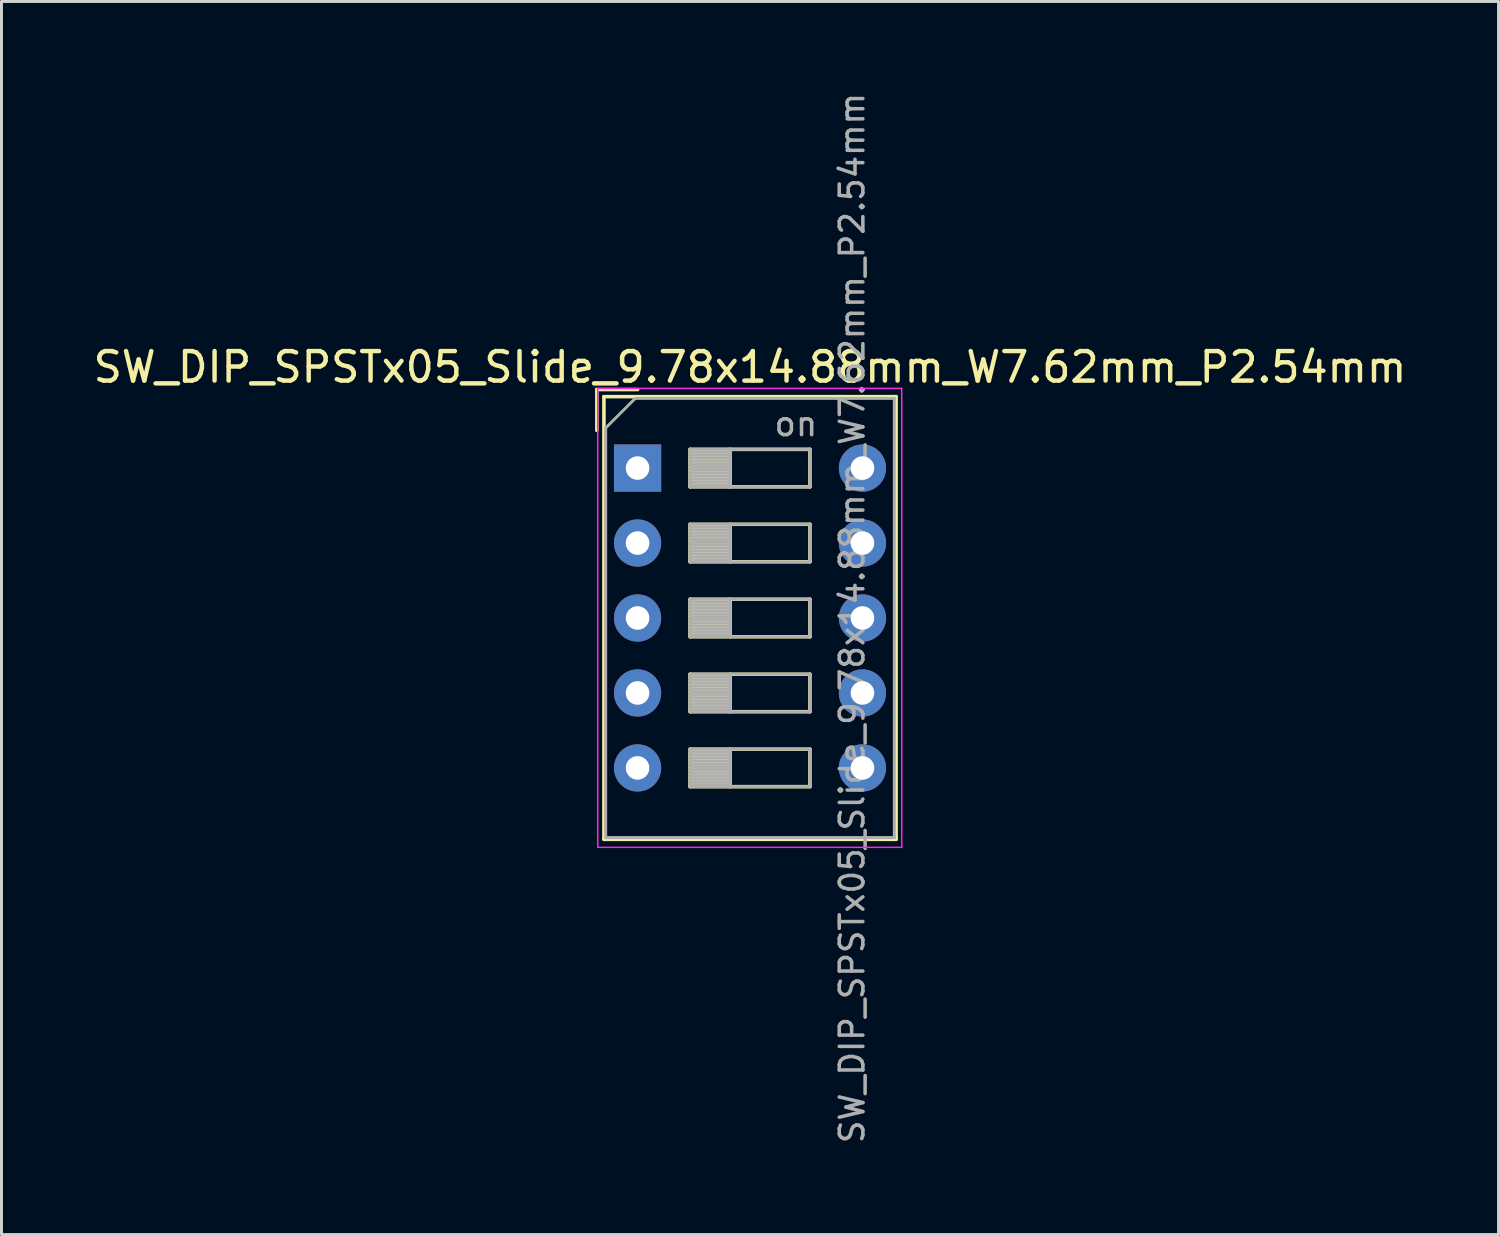
<source format=kicad_pcb>
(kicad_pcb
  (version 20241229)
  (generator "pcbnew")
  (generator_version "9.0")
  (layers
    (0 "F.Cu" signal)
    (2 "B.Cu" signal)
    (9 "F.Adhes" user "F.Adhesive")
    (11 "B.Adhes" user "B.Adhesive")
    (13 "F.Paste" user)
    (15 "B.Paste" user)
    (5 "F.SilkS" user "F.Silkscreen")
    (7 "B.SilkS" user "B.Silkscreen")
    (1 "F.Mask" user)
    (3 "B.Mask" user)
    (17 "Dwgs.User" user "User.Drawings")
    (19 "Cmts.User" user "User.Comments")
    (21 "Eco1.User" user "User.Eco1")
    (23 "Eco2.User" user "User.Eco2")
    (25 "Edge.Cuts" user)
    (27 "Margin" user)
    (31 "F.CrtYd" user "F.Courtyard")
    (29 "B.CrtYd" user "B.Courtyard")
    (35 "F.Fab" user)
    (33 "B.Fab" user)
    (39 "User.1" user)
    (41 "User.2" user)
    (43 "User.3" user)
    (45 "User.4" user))
  (footprint "SW_DIP_SPSTx05_Slide_9.78x14.88mm_W7.62mm_P2.54mm"
    (layer "F.Cu")
    (at 18.553 12.81)
    (property "Reference" "SW_DIP_SPSTx05_Slide_9.78x14.88mm_W7.62mm_P2.54mm" (at 3.81 -3.42 0) (layer "F.SilkS") (effects (font (size 1 1) (thickness 0.15))))
    (attr through_hole)
    (fp_line (start -1.38 -2.66) (end -1.38 -1.277) (stroke (width 0.12) (type solid)) (layer "F.SilkS"))
    (fp_line (start -1.38 -2.66) (end 0.004 -2.66) (stroke (width 0.12) (type solid)) (layer "F.SilkS"))
    (fp_line (start -1.14 -2.42) (end -1.14 12.58) (stroke (width 0.12) (type solid)) (layer "F.SilkS"))
    (fp_line (start -1.14 -2.42) (end 8.76 -2.42) (stroke (width 0.12) (type solid)) (layer "F.SilkS"))
    (fp_line (start -1.14 12.58) (end 8.76 12.58) (stroke (width 0.12) (type solid)) (layer "F.SilkS"))
    (fp_line (start 1.78 -0.635) (end 1.78 0.635) (stroke (width 0.12) (type solid)) (layer "F.SilkS"))
    (fp_line (start 1.78 -0.515) (end 3.133 -0.515) (stroke (width 0.12) (type solid)) (layer "F.SilkS"))
    (fp_line (start 1.78 -0.395) (end 3.133 -0.395) (stroke (width 0.12) (type solid)) (layer "F.SilkS"))
    (fp_line (start 1.78 -0.275) (end 3.133 -0.275) (stroke (width 0.12) (type solid)) (layer "F.SilkS"))
    (fp_line (start 1.78 -0.155) (end 3.133 -0.155) (stroke (width 0.12) (type solid)) (layer "F.SilkS"))
    (fp_line (start 1.78 -0.035) (end 3.133 -0.035) (stroke (width 0.12) (type solid)) (layer "F.SilkS"))
    (fp_line (start 1.78 0.085) (end 3.133 0.085) (stroke (width 0.12) (type solid)) (layer "F.SilkS"))
    (fp_line (start 1.78 0.205) (end 3.133 0.205) (stroke (width 0.12) (type solid)) (layer "F.SilkS"))
    (fp_line (start 1.78 0.325) (end 3.133 0.325) (stroke (width 0.12) (type solid)) (layer "F.SilkS"))
    (fp_line (start 1.78 0.445) (end 3.133 0.445) (stroke (width 0.12) (type solid)) (layer "F.SilkS"))
    (fp_line (start 1.78 0.565) (end 3.133 0.565) (stroke (width 0.12) (type solid)) (layer "F.SilkS"))
    (fp_line (start 1.78 0.635) (end 5.84 0.635) (stroke (width 0.12) (type solid)) (layer "F.SilkS"))
    (fp_line (start 1.78 1.905) (end 1.78 3.175) (stroke (width 0.12) (type solid)) (layer "F.SilkS"))
    (fp_line (start 1.78 2.025) (end 3.133 2.025) (stroke (width 0.12) (type solid)) (layer "F.SilkS"))
    (fp_line (start 1.78 2.145) (end 3.133 2.145) (stroke (width 0.12) (type solid)) (layer "F.SilkS"))
    (fp_line (start 1.78 2.265) (end 3.133 2.265) (stroke (width 0.12) (type solid)) (layer "F.SilkS"))
    (fp_line (start 1.78 2.385) (end 3.133 2.385) (stroke (width 0.12) (type solid)) (layer "F.SilkS"))
    (fp_line (start 1.78 2.505) (end 3.133 2.505) (stroke (width 0.12) (type solid)) (layer "F.SilkS"))
    (fp_line (start 1.78 2.625) (end 3.133 2.625) (stroke (width 0.12) (type solid)) (layer "F.SilkS"))
    (fp_line (start 1.78 2.745) (end 3.133 2.745) (stroke (width 0.12) (type solid)) (layer "F.SilkS"))
    (fp_line (start 1.78 2.865) (end 3.133 2.865) (stroke (width 0.12) (type solid)) (layer "F.SilkS"))
    (fp_line (start 1.78 2.985) (end 3.133 2.985) (stroke (width 0.12) (type solid)) (layer "F.SilkS"))
    (fp_line (start 1.78 3.105) (end 3.133 3.105) (stroke (width 0.12) (type solid)) (layer "F.SilkS"))
    (fp_line (start 1.78 3.175) (end 5.84 3.175) (stroke (width 0.12) (type solid)) (layer "F.SilkS"))
    (fp_line (start 1.78 4.445) (end 1.78 5.715) (stroke (width 0.12) (type solid)) (layer "F.SilkS"))
    (fp_line (start 1.78 4.565) (end 3.133 4.565) (stroke (width 0.12) (type solid)) (layer "F.SilkS"))
    (fp_line (start 1.78 4.685) (end 3.133 4.685) (stroke (width 0.12) (type solid)) (layer "F.SilkS"))
    (fp_line (start 1.78 4.805) (end 3.133 4.805) (stroke (width 0.12) (type solid)) (layer "F.SilkS"))
    (fp_line (start 1.78 4.925) (end 3.133 4.925) (stroke (width 0.12) (type solid)) (layer "F.SilkS"))
    (fp_line (start 1.78 5.045) (end 3.133 5.045) (stroke (width 0.12) (type solid)) (layer "F.SilkS"))
    (fp_line (start 1.78 5.165) (end 3.133 5.165) (stroke (width 0.12) (type solid)) (layer "F.SilkS"))
    (fp_line (start 1.78 5.285) (end 3.133 5.285) (stroke (width 0.12) (type solid)) (layer "F.SilkS"))
    (fp_line (start 1.78 5.405) (end 3.133 5.405) (stroke (width 0.12) (type solid)) (layer "F.SilkS"))
    (fp_line (start 1.78 5.525) (end 3.133 5.525) (stroke (width 0.12) (type solid)) (layer "F.SilkS"))
    (fp_line (start 1.78 5.645) (end 3.133 5.645) (stroke (width 0.12) (type solid)) (layer "F.SilkS"))
    (fp_line (start 1.78 5.715) (end 5.84 5.715) (stroke (width 0.12) (type solid)) (layer "F.SilkS"))
    (fp_line (start 1.78 6.985) (end 1.78 8.255) (stroke (width 0.12) (type solid)) (layer "F.SilkS"))
    (fp_line (start 1.78 7.105) (end 3.133 7.105) (stroke (width 0.12) (type solid)) (layer "F.SilkS"))
    (fp_line (start 1.78 7.225) (end 3.133 7.225) (stroke (width 0.12) (type solid)) (layer "F.SilkS"))
    (fp_line (start 1.78 7.345) (end 3.133 7.345) (stroke (width 0.12) (type solid)) (layer "F.SilkS"))
    (fp_line (start 1.78 7.465) (end 3.133 7.465) (stroke (width 0.12) (type solid)) (layer "F.SilkS"))
    (fp_line (start 1.78 7.585) (end 3.133 7.585) (stroke (width 0.12) (type solid)) (layer "F.SilkS"))
    (fp_line (start 1.78 7.705) (end 3.133 7.705) (stroke (width 0.12) (type solid)) (layer "F.SilkS"))
    (fp_line (start 1.78 7.825) (end 3.133 7.825) (stroke (width 0.12) (type solid)) (layer "F.SilkS"))
    (fp_line (start 1.78 7.945) (end 3.133 7.945) (stroke (width 0.12) (type solid)) (layer "F.SilkS"))
    (fp_line (start 1.78 8.065) (end 3.133 8.065) (stroke (width 0.12) (type solid)) (layer "F.SilkS"))
    (fp_line (start 1.78 8.185) (end 3.133 8.185) (stroke (width 0.12) (type solid)) (layer "F.SilkS"))
    (fp_line (start 1.78 8.255) (end 5.84 8.255) (stroke (width 0.12) (type solid)) (layer "F.SilkS"))
    (fp_line (start 1.78 9.525) (end 1.78 10.795) (stroke (width 0.12) (type solid)) (layer "F.SilkS"))
    (fp_line (start 1.78 9.645) (end 3.133 9.645) (stroke (width 0.12) (type solid)) (layer "F.SilkS"))
    (fp_line (start 1.78 9.765) (end 3.133 9.765) (stroke (width 0.12) (type solid)) (layer "F.SilkS"))
    (fp_line (start 1.78 9.885) (end 3.133 9.885) (stroke (width 0.12) (type solid)) (layer "F.SilkS"))
    (fp_line (start 1.78 10.005) (end 3.133 10.005) (stroke (width 0.12) (type solid)) (layer "F.SilkS"))
    (fp_line (start 1.78 10.125) (end 3.133 10.125) (stroke (width 0.12) (type solid)) (layer "F.SilkS"))
    (fp_line (start 1.78 10.245) (end 3.133 10.245) (stroke (width 0.12) (type solid)) (layer "F.SilkS"))
    (fp_line (start 1.78 10.365) (end 3.133 10.365) (stroke (width 0.12) (type solid)) (layer "F.SilkS"))
    (fp_line (start 1.78 10.485) (end 3.133 10.485) (stroke (width 0.12) (type solid)) (layer "F.SilkS"))
    (fp_line (start 1.78 10.605) (end 3.133 10.605) (stroke (width 0.12) (type solid)) (layer "F.SilkS"))
    (fp_line (start 1.78 10.725) (end 3.133 10.725) (stroke (width 0.12) (type solid)) (layer "F.SilkS"))
    (fp_line (start 1.78 10.795) (end 5.84 10.795) (stroke (width 0.12) (type solid)) (layer "F.SilkS"))
    (fp_line (start 3.133 -0.635) (end 3.133 0.635) (stroke (width 0.12) (type solid)) (layer "F.SilkS"))
    (fp_line (start 3.133 1.905) (end 3.133 3.175) (stroke (width 0.12) (type solid)) (layer "F.SilkS"))
    (fp_line (start 3.133 4.445) (end 3.133 5.715) (stroke (width 0.12) (type solid)) (layer "F.SilkS"))
    (fp_line (start 3.133 6.985) (end 3.133 8.255) (stroke (width 0.12) (type solid)) (layer "F.SilkS"))
    (fp_line (start 3.133 9.525) (end 3.133 10.795) (stroke (width 0.12) (type solid)) (layer "F.SilkS"))
    (fp_line (start 5.84 -0.635) (end 1.78 -0.635) (stroke (width 0.12) (type solid)) (layer "F.SilkS"))
    (fp_line (start 5.84 0.635) (end 5.84 -0.635) (stroke (width 0.12) (type solid)) (layer "F.SilkS"))
    (fp_line (start 5.84 1.905) (end 1.78 1.905) (stroke (width 0.12) (type solid)) (layer "F.SilkS"))
    (fp_line (start 5.84 3.175) (end 5.84 1.905) (stroke (width 0.12) (type solid)) (layer "F.SilkS"))
    (fp_line (start 5.84 4.445) (end 1.78 4.445) (stroke (width 0.12) (type solid)) (layer "F.SilkS"))
    (fp_line (start 5.84 5.715) (end 5.84 4.445) (stroke (width 0.12) (type solid)) (layer "F.SilkS"))
    (fp_line (start 5.84 6.985) (end 1.78 6.985) (stroke (width 0.12) (type solid)) (layer "F.SilkS"))
    (fp_line (start 5.84 8.255) (end 5.84 6.985) (stroke (width 0.12) (type solid)) (layer "F.SilkS"))
    (fp_line (start 5.84 9.525) (end 1.78 9.525) (stroke (width 0.12) (type solid)) (layer "F.SilkS"))
    (fp_line (start 5.84 10.795) (end 5.84 9.525) (stroke (width 0.12) (type solid)) (layer "F.SilkS"))
    (fp_line (start 8.76 -2.42) (end 8.76 12.58) (stroke (width 0.12) (type solid)) (layer "F.SilkS"))
    (fp_line (start -1.35 -2.7) (end -1.35 12.85) (stroke (width 0.05) (type solid)) (layer "F.CrtYd"))
    (fp_line (start -1.35 12.85) (end 8.95 12.85) (stroke (width 0.05) (type solid)) (layer "F.CrtYd"))
    (fp_line (start 8.95 -2.7) (end -1.35 -2.7) (stroke (width 0.05) (type solid)) (layer "F.CrtYd"))
    (fp_line (start 8.95 12.85) (end 8.95 -2.7) (stroke (width 0.05) (type solid)) (layer "F.CrtYd"))
    (fp_line (start -1.08 -1.36) (end -0.08 -2.36) (stroke (width 0.1) (type solid)) (layer "F.Fab"))
    (fp_line (start -1.08 12.52) (end -1.08 -1.36) (stroke (width 0.1) (type solid)) (layer "F.Fab"))
    (fp_line (start -0.08 -2.36) (end 8.7 -2.36) (stroke (width 0.1) (type solid)) (layer "F.Fab"))
    (fp_line (start 1.78 -0.635) (end 1.78 0.635) (stroke (width 0.1) (type solid)) (layer "F.Fab"))
    (fp_line (start 1.78 -0.535) (end 3.133 -0.535) (stroke (width 0.1) (type solid)) (layer "F.Fab"))
    (fp_line (start 1.78 -0.435) (end 3.133 -0.435) (stroke (width 0.1) (type solid)) (layer "F.Fab"))
    (fp_line (start 1.78 -0.335) (end 3.133 -0.335) (stroke (width 0.1) (type solid)) (layer "F.Fab"))
    (fp_line (start 1.78 -0.235) (end 3.133 -0.235) (stroke (width 0.1) (type solid)) (layer "F.Fab"))
    (fp_line (start 1.78 -0.135) (end 3.133 -0.135) (stroke (width 0.1) (type solid)) (layer "F.Fab"))
    (fp_line (start 1.78 -0.035) (end 3.133 -0.035) (stroke (width 0.1) (type solid)) (layer "F.Fab"))
    (fp_line (start 1.78 0.065) (end 3.133 0.065) (stroke (width 0.1) (type solid)) (layer "F.Fab"))
    (fp_line (start 1.78 0.165) (end 3.133 0.165) (stroke (width 0.1) (type solid)) (layer "F.Fab"))
    (fp_line (start 1.78 0.265) (end 3.133 0.265) (stroke (width 0.1) (type solid)) (layer "F.Fab"))
    (fp_line (start 1.78 0.365) (end 3.133 0.365) (stroke (width 0.1) (type solid)) (layer "F.Fab"))
    (fp_line (start 1.78 0.465) (end 3.133 0.465) (stroke (width 0.1) (type solid)) (layer "F.Fab"))
    (fp_line (start 1.78 0.565) (end 3.133 0.565) (stroke (width 0.1) (type solid)) (layer "F.Fab"))
    (fp_line (start 1.78 0.635) (end 5.84 0.635) (stroke (width 0.1) (type solid)) (layer "F.Fab"))
    (fp_line (start 1.78 1.905) (end 1.78 3.175) (stroke (width 0.1) (type solid)) (layer "F.Fab"))
    (fp_line (start 1.78 2.005) (end 3.133 2.005) (stroke (width 0.1) (type solid)) (layer "F.Fab"))
    (fp_line (start 1.78 2.105) (end 3.133 2.105) (stroke (width 0.1) (type solid)) (layer "F.Fab"))
    (fp_line (start 1.78 2.205) (end 3.133 2.205) (stroke (width 0.1) (type solid)) (layer "F.Fab"))
    (fp_line (start 1.78 2.305) (end 3.133 2.305) (stroke (width 0.1) (type solid)) (layer "F.Fab"))
    (fp_line (start 1.78 2.405) (end 3.133 2.405) (stroke (width 0.1) (type solid)) (layer "F.Fab"))
    (fp_line (start 1.78 2.505) (end 3.133 2.505) (stroke (width 0.1) (type solid)) (layer "F.Fab"))
    (fp_line (start 1.78 2.605) (end 3.133 2.605) (stroke (width 0.1) (type solid)) (layer "F.Fab"))
    (fp_line (start 1.78 2.705) (end 3.133 2.705) (stroke (width 0.1) (type solid)) (layer "F.Fab"))
    (fp_line (start 1.78 2.805) (end 3.133 2.805) (stroke (width 0.1) (type solid)) (layer "F.Fab"))
    (fp_line (start 1.78 2.905) (end 3.133 2.905) (stroke (width 0.1) (type solid)) (layer "F.Fab"))
    (fp_line (start 1.78 3.005) (end 3.133 3.005) (stroke (width 0.1) (type solid)) (layer "F.Fab"))
    (fp_line (start 1.78 3.105) (end 3.133 3.105) (stroke (width 0.1) (type solid)) (layer "F.Fab"))
    (fp_line (start 1.78 3.175) (end 5.84 3.175) (stroke (width 0.1) (type solid)) (layer "F.Fab"))
    (fp_line (start 1.78 4.445) (end 1.78 5.715) (stroke (width 0.1) (type solid)) (layer "F.Fab"))
    (fp_line (start 1.78 4.545) (end 3.133 4.545) (stroke (width 0.1) (type solid)) (layer "F.Fab"))
    (fp_line (start 1.78 4.645) (end 3.133 4.645) (stroke (width 0.1) (type solid)) (layer "F.Fab"))
    (fp_line (start 1.78 4.745) (end 3.133 4.745) (stroke (width 0.1) (type solid)) (layer "F.Fab"))
    (fp_line (start 1.78 4.845) (end 3.133 4.845) (stroke (width 0.1) (type solid)) (layer "F.Fab"))
    (fp_line (start 1.78 4.945) (end 3.133 4.945) (stroke (width 0.1) (type solid)) (layer "F.Fab"))
    (fp_line (start 1.78 5.045) (end 3.133 5.045) (stroke (width 0.1) (type solid)) (layer "F.Fab"))
    (fp_line (start 1.78 5.145) (end 3.133 5.145) (stroke (width 0.1) (type solid)) (layer "F.Fab"))
    (fp_line (start 1.78 5.245) (end 3.133 5.245) (stroke (width 0.1) (type solid)) (layer "F.Fab"))
    (fp_line (start 1.78 5.345) (end 3.133 5.345) (stroke (width 0.1) (type solid)) (layer "F.Fab"))
    (fp_line (start 1.78 5.445) (end 3.133 5.445) (stroke (width 0.1) (type solid)) (layer "F.Fab"))
    (fp_line (start 1.78 5.545) (end 3.133 5.545) (stroke (width 0.1) (type solid)) (layer "F.Fab"))
    (fp_line (start 1.78 5.645) (end 3.133 5.645) (stroke (width 0.1) (type solid)) (layer "F.Fab"))
    (fp_line (start 1.78 5.715) (end 5.84 5.715) (stroke (width 0.1) (type solid)) (layer "F.Fab"))
    (fp_line (start 1.78 6.985) (end 1.78 8.255) (stroke (width 0.1) (type solid)) (layer "F.Fab"))
    (fp_line (start 1.78 7.085) (end 3.133 7.085) (stroke (width 0.1) (type solid)) (layer "F.Fab"))
    (fp_line (start 1.78 7.185) (end 3.133 7.185) (stroke (width 0.1) (type solid)) (layer "F.Fab"))
    (fp_line (start 1.78 7.285) (end 3.133 7.285) (stroke (width 0.1) (type solid)) (layer "F.Fab"))
    (fp_line (start 1.78 7.385) (end 3.133 7.385) (stroke (width 0.1) (type solid)) (layer "F.Fab"))
    (fp_line (start 1.78 7.485) (end 3.133 7.485) (stroke (width 0.1) (type solid)) (layer "F.Fab"))
    (fp_line (start 1.78 7.585) (end 3.133 7.585) (stroke (width 0.1) (type solid)) (layer "F.Fab"))
    (fp_line (start 1.78 7.685) (end 3.133 7.685) (stroke (width 0.1) (type solid)) (layer "F.Fab"))
    (fp_line (start 1.78 7.785) (end 3.133 7.785) (stroke (width 0.1) (type solid)) (layer "F.Fab"))
    (fp_line (start 1.78 7.885) (end 3.133 7.885) (stroke (width 0.1) (type solid)) (layer "F.Fab"))
    (fp_line (start 1.78 7.985) (end 3.133 7.985) (stroke (width 0.1) (type solid)) (layer "F.Fab"))
    (fp_line (start 1.78 8.085) (end 3.133 8.085) (stroke (width 0.1) (type solid)) (layer "F.Fab"))
    (fp_line (start 1.78 8.185) (end 3.133 8.185) (stroke (width 0.1) (type solid)) (layer "F.Fab"))
    (fp_line (start 1.78 8.255) (end 5.84 8.255) (stroke (width 0.1) (type solid)) (layer "F.Fab"))
    (fp_line (start 1.78 9.525) (end 1.78 10.795) (stroke (width 0.1) (type solid)) (layer "F.Fab"))
    (fp_line (start 1.78 9.625) (end 3.133 9.625) (stroke (width 0.1) (type solid)) (layer "F.Fab"))
    (fp_line (start 1.78 9.725) (end 3.133 9.725) (stroke (width 0.1) (type solid)) (layer "F.Fab"))
    (fp_line (start 1.78 9.825) (end 3.133 9.825) (stroke (width 0.1) (type solid)) (layer "F.Fab"))
    (fp_line (start 1.78 9.925) (end 3.133 9.925) (stroke (width 0.1) (type solid)) (layer "F.Fab"))
    (fp_line (start 1.78 10.025) (end 3.133 10.025) (stroke (width 0.1) (type solid)) (layer "F.Fab"))
    (fp_line (start 1.78 10.125) (end 3.133 10.125) (stroke (width 0.1) (type solid)) (layer "F.Fab"))
    (fp_line (start 1.78 10.225) (end 3.133 10.225) (stroke (width 0.1) (type solid)) (layer "F.Fab"))
    (fp_line (start 1.78 10.325) (end 3.133 10.325) (stroke (width 0.1) (type solid)) (layer "F.Fab"))
    (fp_line (start 1.78 10.425) (end 3.133 10.425) (stroke (width 0.1) (type solid)) (layer "F.Fab"))
    (fp_line (start 1.78 10.525) (end 3.133 10.525) (stroke (width 0.1) (type solid)) (layer "F.Fab"))
    (fp_line (start 1.78 10.625) (end 3.133 10.625) (stroke (width 0.1) (type solid)) (layer "F.Fab"))
    (fp_line (start 1.78 10.725) (end 3.133 10.725) (stroke (width 0.1) (type solid)) (layer "F.Fab"))
    (fp_line (start 1.78 10.795) (end 5.84 10.795) (stroke (width 0.1) (type solid)) (layer "F.Fab"))
    (fp_line (start 3.133 -0.635) (end 3.133 0.635) (stroke (width 0.1) (type solid)) (layer "F.Fab"))
    (fp_line (start 3.133 1.905) (end 3.133 3.175) (stroke (width 0.1) (type solid)) (layer "F.Fab"))
    (fp_line (start 3.133 4.445) (end 3.133 5.715) (stroke (width 0.1) (type solid)) (layer "F.Fab"))
    (fp_line (start 3.133 6.985) (end 3.133 8.255) (stroke (width 0.1) (type solid)) (layer "F.Fab"))
    (fp_line (start 3.133 9.525) (end 3.133 10.795) (stroke (width 0.1) (type solid)) (layer "F.Fab"))
    (fp_line (start 5.84 -0.635) (end 1.78 -0.635) (stroke (width 0.1) (type solid)) (layer "F.Fab"))
    (fp_line (start 5.84 0.635) (end 5.84 -0.635) (stroke (width 0.1) (type solid)) (layer "F.Fab"))
    (fp_line (start 5.84 1.905) (end 1.78 1.905) (stroke (width 0.1) (type solid)) (layer "F.Fab"))
    (fp_line (start 5.84 3.175) (end 5.84 1.905) (stroke (width 0.1) (type solid)) (layer "F.Fab"))
    (fp_line (start 5.84 4.445) (end 1.78 4.445) (stroke (width 0.1) (type solid)) (layer "F.Fab"))
    (fp_line (start 5.84 5.715) (end 5.84 4.445) (stroke (width 0.1) (type solid)) (layer "F.Fab"))
    (fp_line (start 5.84 6.985) (end 1.78 6.985) (stroke (width 0.1) (type solid)) (layer "F.Fab"))
    (fp_line (start 5.84 8.255) (end 5.84 6.985) (stroke (width 0.1) (type solid)) (layer "F.Fab"))
    (fp_line (start 5.84 9.525) (end 1.78 9.525) (stroke (width 0.1) (type solid)) (layer "F.Fab"))
    (fp_line (start 5.84 10.795) (end 5.84 9.525) (stroke (width 0.1) (type solid)) (layer "F.Fab"))
    (fp_line (start 8.7 -2.36) (end 8.7 12.52) (stroke (width 0.1) (type solid)) (layer "F.Fab"))
    (fp_line (start 8.7 12.52) (end -1.08 12.52) (stroke (width 0.1) (type solid)) (layer "F.Fab"))
    (fp_text user "on" (at 5.365 -1.498 0) (layer "F.Fab") (effects (font (size 0.8 0.8) (thickness 0.12))))
    (fp_text user "${REFERENCE}" (at 7.27 5.08 90) (layer "F.Fab") (effects (font (size 0.8 0.8) (thickness 0.12))))
    (pad "1" thru_hole rect (at 0 0) (size 1.6 1.6) (drill 0.8) (layers "*.Cu" "*.Mask"))
    (pad "2" thru_hole oval (at 0 2.54) (size 1.6 1.6) (drill 0.8) (layers "*.Cu" "*.Mask"))
    (pad "3" thru_hole oval (at 0 5.08) (size 1.6 1.6) (drill 0.8) (layers "*.Cu" "*.Mask"))
    (pad "4" thru_hole oval (at 0 7.62) (size 1.6 1.6) (drill 0.8) (layers "*.Cu" "*.Mask"))
    (pad "5" thru_hole oval (at 0 10.16) (size 1.6 1.6) (drill 0.8) (layers "*.Cu" "*.Mask"))
    (pad "6" thru_hole oval (at 7.62 10.16) (size 1.6 1.6) (drill 0.8) (layers "*.Cu" "*.Mask"))
    (pad "7" thru_hole oval (at 7.62 7.62) (size 1.6 1.6) (drill 0.8) (layers "*.Cu" "*.Mask"))
    (pad "8" thru_hole oval (at 7.62 5.08) (size 1.6 1.6) (drill 0.8) (layers "*.Cu" "*.Mask"))
    (pad "9" thru_hole oval (at 7.62 2.54) (size 1.6 1.6) (drill 0.8) (layers "*.Cu" "*.Mask"))
    (pad "10" thru_hole oval (at 7.62 0) (size 1.6 1.6) (drill 0.8) (layers "*.Cu" "*.Mask")))
  (gr_rect
    (start -3 -3)
    (end 47.726 38.781)
    (stroke (width 0.1) (type default))
    (fill no)
    (layer "Edge.Cuts")))
</source>
